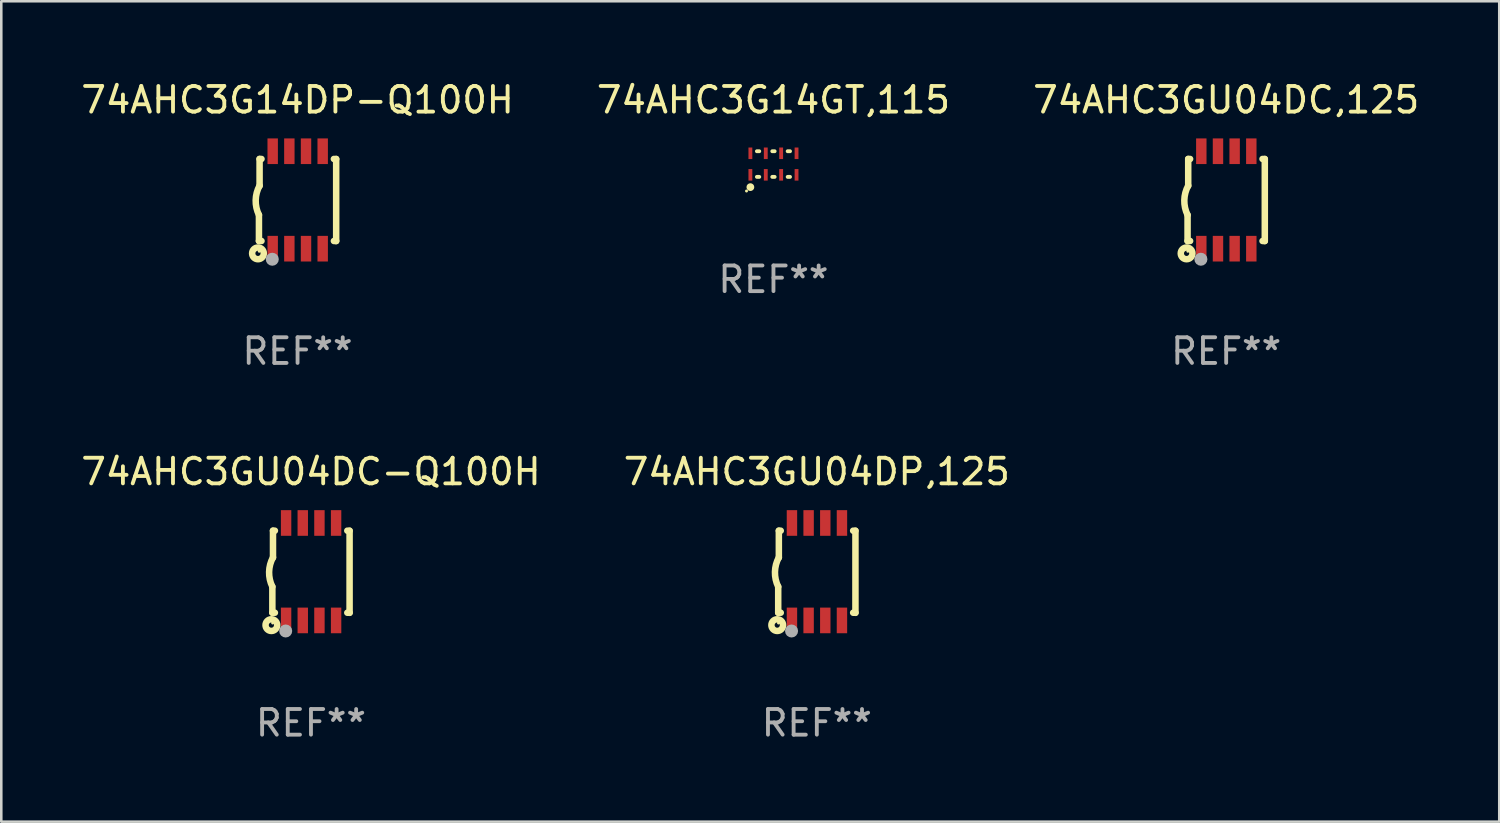
<source format=kicad_pcb>
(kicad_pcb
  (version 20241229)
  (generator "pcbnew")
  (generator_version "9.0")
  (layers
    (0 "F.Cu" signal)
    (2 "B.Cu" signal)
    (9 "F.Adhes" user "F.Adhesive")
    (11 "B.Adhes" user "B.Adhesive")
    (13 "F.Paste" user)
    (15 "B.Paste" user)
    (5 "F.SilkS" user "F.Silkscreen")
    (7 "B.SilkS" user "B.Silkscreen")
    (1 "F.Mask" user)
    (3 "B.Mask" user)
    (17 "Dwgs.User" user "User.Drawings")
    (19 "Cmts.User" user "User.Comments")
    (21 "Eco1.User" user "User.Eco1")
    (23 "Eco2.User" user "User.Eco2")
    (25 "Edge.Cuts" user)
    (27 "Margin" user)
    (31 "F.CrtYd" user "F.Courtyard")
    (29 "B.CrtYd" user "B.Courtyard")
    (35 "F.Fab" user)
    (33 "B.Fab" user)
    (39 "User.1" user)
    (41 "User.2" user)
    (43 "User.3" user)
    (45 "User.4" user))
  (footprint "74AHC3GU04DC,125"
    (layer "F.Cu")
    (at 44.768 4.748)
    (property "Reference" "74AHC3GU04DC,125" (at 0 -3.9 0) (layer "F.SilkS") (effects (font (size 1 1) (thickness 0.15))))
    (attr through_hole)
    (fp_line (start -1.506 1.6) (end -1.506 0.584) (stroke (width 0.254) (type solid)) (layer "F.SilkS"))
    (fp_line (start -1.506 1.6) (end -1.407 1.6) (stroke (width 0.254) (type solid)) (layer "F.SilkS"))
    (fp_line (start -1.481 -1.599) (end -1.481 -0.549) (stroke (width 0.254) (type solid)) (layer "F.SilkS"))
    (fp_line (start -1.481 -1.599) (end -1.407 -1.599) (stroke (width 0.254) (type solid)) (layer "F.SilkS"))
    (fp_line (start 1.417 -1.599) (end 1.506 -1.599) (stroke (width 0.254) (type solid)) (layer "F.SilkS"))
    (fp_line (start 1.417 1.6) (end 1.506 1.6) (stroke (width 0.254) (type solid)) (layer "F.SilkS"))
    (fp_line (start 1.506 1.603) (end 1.506 -1.595) (stroke (width 0.254) (type solid)) (layer "F.SilkS"))
    (fp_arc (start -1.506223 0.584328) (mid -1.632455 0.00974) (end -1.480823 -0.558674) (stroke (width 0.254001) (type solid)) (layer "F.SilkS"))
    (fp_circle (center -1.544 2.083) (end -1.443 2.083) (stroke (width 0.254) (type solid)) (fill no) (layer "F.SilkS"))
    (fp_circle (center -1.495 2) (end -1.465 2) (stroke (width 0.06) (type solid)) (fill no) (layer "F.SilkS"))
    (fp_circle (center -0.986 2.312) (end -0.859 2.312) (stroke (width 0.254) (type solid)) (fill no) (layer "F.Fab"))
    (fp_text user "REF**" (at 0 5.9 0) (layer "F.Fab") (effects (font (size 1 1) (thickness 0.15))))
    (pad "1" smd rect (at -0.97 1.9 90) (size 1 0.406) (layers "F.Cu" "F.Mask" "F.Paste"))
    (pad "2" smd rect (at -0.32 1.9 90) (size 1 0.406) (layers "F.Cu" "F.Mask" "F.Paste"))
    (pad "3" smd rect (at 0.33 1.9 90) (size 1 0.406) (layers "F.Cu" "F.Mask" "F.Paste"))
    (pad "4" smd rect (at 0.98 1.9 90) (size 1 0.406) (layers "F.Cu" "F.Mask" "F.Paste"))
    (pad "5" smd rect (at 0.98 -1.9 90) (size 1 0.406) (layers "F.Cu" "F.Mask" "F.Paste"))
    (pad "6" smd rect (at 0.33 -1.9 90) (size 1 0.406) (layers "F.Cu" "F.Mask" "F.Paste"))
    (pad "7" smd rect (at -0.32 -1.9 90) (size 1 0.406) (layers "F.Cu" "F.Mask" "F.Paste"))
    (pad "8" smd rect (at -0.97 -1.9 90) (size 1 0.406) (layers "F.Cu" "F.Mask" "F.Paste")))
  (footprint "74AHC3GU04DC-Q100H"
    (layer "F.Cu")
    (at 9.077 19.245)
    (property "Reference" "74AHC3GU04DC-Q100H" (at 0 -3.9 0) (layer "F.SilkS") (effects (font (size 1 1) (thickness 0.15))))
    (attr through_hole)
    (fp_line (start -1.506 1.6) (end -1.506 0.584) (stroke (width 0.254) (type solid)) (layer "F.SilkS"))
    (fp_line (start -1.506 1.6) (end -1.407 1.6) (stroke (width 0.254) (type solid)) (layer "F.SilkS"))
    (fp_line (start -1.481 -1.599) (end -1.481 -0.549) (stroke (width 0.254) (type solid)) (layer "F.SilkS"))
    (fp_line (start -1.481 -1.599) (end -1.407 -1.599) (stroke (width 0.254) (type solid)) (layer "F.SilkS"))
    (fp_line (start 1.417 -1.599) (end 1.506 -1.599) (stroke (width 0.254) (type solid)) (layer "F.SilkS"))
    (fp_line (start 1.417 1.6) (end 1.506 1.6) (stroke (width 0.254) (type solid)) (layer "F.SilkS"))
    (fp_line (start 1.506 1.603) (end 1.506 -1.595) (stroke (width 0.254) (type solid)) (layer "F.SilkS"))
    (fp_arc (start -1.506223 0.584328) (mid -1.632455 0.00974) (end -1.480823 -0.558674) (stroke (width 0.254001) (type solid)) (layer "F.SilkS"))
    (fp_circle (center -1.544 2.083) (end -1.443 2.083) (stroke (width 0.254) (type solid)) (fill no) (layer "F.SilkS"))
    (fp_circle (center -1.495 2) (end -1.465 2) (stroke (width 0.06) (type solid)) (fill no) (layer "F.SilkS"))
    (fp_circle (center -0.986 2.312) (end -0.859 2.312) (stroke (width 0.254) (type solid)) (fill no) (layer "F.Fab"))
    (fp_text user "REF**" (at 0 5.9 0) (layer "F.Fab") (effects (font (size 1 1) (thickness 0.15))))
    (pad "1" smd rect (at -0.97 1.9 90) (size 1 0.406) (layers "F.Cu" "F.Mask" "F.Paste"))
    (pad "2" smd rect (at -0.32 1.9 90) (size 1 0.406) (layers "F.Cu" "F.Mask" "F.Paste"))
    (pad "3" smd rect (at 0.33 1.9 90) (size 1 0.406) (layers "F.Cu" "F.Mask" "F.Paste"))
    (pad "4" smd rect (at 0.98 1.9 90) (size 1 0.406) (layers "F.Cu" "F.Mask" "F.Paste"))
    (pad "5" smd rect (at 0.98 -1.9 90) (size 1 0.406) (layers "F.Cu" "F.Mask" "F.Paste"))
    (pad "6" smd rect (at 0.33 -1.9 90) (size 1 0.406) (layers "F.Cu" "F.Mask" "F.Paste"))
    (pad "7" smd rect (at -0.32 -1.9 90) (size 1 0.406) (layers "F.Cu" "F.Mask" "F.Paste"))
    (pad "8" smd rect (at -0.97 -1.9 90) (size 1 0.406) (layers "F.Cu" "F.Mask" "F.Paste")))
  (footprint "74AHC3GU04DP,125"
    (layer "F.Cu")
    (at 28.804 19.245)
    (property "Reference" "74AHC3GU04DP,125" (at 0 -3.9 0) (layer "F.SilkS") (effects (font (size 1 1) (thickness 0.15))))
    (attr through_hole)
    (fp_line (start -1.506 1.6) (end -1.506 0.584) (stroke (width 0.254) (type solid)) (layer "F.SilkS"))
    (fp_line (start -1.506 1.6) (end -1.407 1.6) (stroke (width 0.254) (type solid)) (layer "F.SilkS"))
    (fp_line (start -1.481 -1.599) (end -1.481 -0.549) (stroke (width 0.254) (type solid)) (layer "F.SilkS"))
    (fp_line (start -1.481 -1.599) (end -1.407 -1.599) (stroke (width 0.254) (type solid)) (layer "F.SilkS"))
    (fp_line (start 1.417 -1.599) (end 1.506 -1.599) (stroke (width 0.254) (type solid)) (layer "F.SilkS"))
    (fp_line (start 1.417 1.6) (end 1.506 1.6) (stroke (width 0.254) (type solid)) (layer "F.SilkS"))
    (fp_line (start 1.506 1.603) (end 1.506 -1.595) (stroke (width 0.254) (type solid)) (layer "F.SilkS"))
    (fp_arc (start -1.506223 0.584328) (mid -1.632455 0.00974) (end -1.480823 -0.558674) (stroke (width 0.254001) (type solid)) (layer "F.SilkS"))
    (fp_circle (center -1.544 2.083) (end -1.443 2.083) (stroke (width 0.254) (type solid)) (fill no) (layer "F.SilkS"))
    (fp_circle (center -1.495 2) (end -1.465 2) (stroke (width 0.06) (type solid)) (fill no) (layer "F.SilkS"))
    (fp_circle (center -0.986 2.312) (end -0.859 2.312) (stroke (width 0.254) (type solid)) (fill no) (layer "F.Fab"))
    (fp_text user "REF**" (at 0 5.9 0) (layer "F.Fab") (effects (font (size 1 1) (thickness 0.15))))
    (pad "1" smd rect (at -0.97 1.9 90) (size 1 0.406) (layers "F.Cu" "F.Mask" "F.Paste"))
    (pad "2" smd rect (at -0.32 1.9 90) (size 1 0.406) (layers "F.Cu" "F.Mask" "F.Paste"))
    (pad "3" smd rect (at 0.33 1.9 90) (size 1 0.406) (layers "F.Cu" "F.Mask" "F.Paste"))
    (pad "4" smd rect (at 0.98 1.9 90) (size 1 0.406) (layers "F.Cu" "F.Mask" "F.Paste"))
    (pad "5" smd rect (at 0.98 -1.9 90) (size 1 0.406) (layers "F.Cu" "F.Mask" "F.Paste"))
    (pad "6" smd rect (at 0.33 -1.9 90) (size 1 0.406) (layers "F.Cu" "F.Mask" "F.Paste"))
    (pad "7" smd rect (at -0.32 -1.9 90) (size 1 0.406) (layers "F.Cu" "F.Mask" "F.Paste"))
    (pad "8" smd rect (at -0.97 -1.9 90) (size 1 0.406) (layers "F.Cu" "F.Mask" "F.Paste")))
  (footprint "74AHC3G14DP-Q100H"
    (layer "F.Cu")
    (at 8.554 4.748)
    (property "Reference" "74AHC3G14DP-Q100H" (at 0 -3.9 0) (layer "F.SilkS") (effects (font (size 1 1) (thickness 0.15))))
    (attr through_hole)
    (fp_line (start -1.506 1.6) (end -1.506 0.584) (stroke (width 0.254) (type solid)) (layer "F.SilkS"))
    (fp_line (start -1.506 1.6) (end -1.407 1.6) (stroke (width 0.254) (type solid)) (layer "F.SilkS"))
    (fp_line (start -1.481 -1.599) (end -1.481 -0.549) (stroke (width 0.254) (type solid)) (layer "F.SilkS"))
    (fp_line (start -1.481 -1.599) (end -1.407 -1.599) (stroke (width 0.254) (type solid)) (layer "F.SilkS"))
    (fp_line (start 1.417 -1.599) (end 1.506 -1.599) (stroke (width 0.254) (type solid)) (layer "F.SilkS"))
    (fp_line (start 1.417 1.6) (end 1.506 1.6) (stroke (width 0.254) (type solid)) (layer "F.SilkS"))
    (fp_line (start 1.506 1.603) (end 1.506 -1.595) (stroke (width 0.254) (type solid)) (layer "F.SilkS"))
    (fp_arc (start -1.506223 0.584328) (mid -1.632455 0.00974) (end -1.480823 -0.558674) (stroke (width 0.254001) (type solid)) (layer "F.SilkS"))
    (fp_circle (center -1.544 2.083) (end -1.443 2.083) (stroke (width 0.254) (type solid)) (fill no) (layer "F.SilkS"))
    (fp_circle (center -1.495 2) (end -1.465 2) (stroke (width 0.06) (type solid)) (fill no) (layer "F.SilkS"))
    (fp_circle (center -0.986 2.312) (end -0.859 2.312) (stroke (width 0.254) (type solid)) (fill no) (layer "F.Fab"))
    (fp_text user "REF**" (at 0 5.9 0) (layer "F.Fab") (effects (font (size 1 1) (thickness 0.15))))
    (pad "1" smd rect (at -0.97 1.9 90) (size 1 0.406) (layers "F.Cu" "F.Mask" "F.Paste"))
    (pad "2" smd rect (at -0.32 1.9 90) (size 1 0.406) (layers "F.Cu" "F.Mask" "F.Paste"))
    (pad "3" smd rect (at 0.33 1.9 90) (size 1 0.406) (layers "F.Cu" "F.Mask" "F.Paste"))
    (pad "4" smd rect (at 0.98 1.9 90) (size 1 0.406) (layers "F.Cu" "F.Mask" "F.Paste"))
    (pad "5" smd rect (at 0.98 -1.9 90) (size 1 0.406) (layers "F.Cu" "F.Mask" "F.Paste"))
    (pad "6" smd rect (at 0.33 -1.9 90) (size 1 0.406) (layers "F.Cu" "F.Mask" "F.Paste"))
    (pad "7" smd rect (at -0.32 -1.9 90) (size 1 0.406) (layers "F.Cu" "F.Mask" "F.Paste"))
    (pad "8" smd rect (at -0.97 -1.9 90) (size 1 0.406) (layers "F.Cu" "F.Mask" "F.Paste")))
  (footprint "74AHC3G14GT,115"
    (layer "F.Cu")
    (at 27.113 3.348)
    (property "Reference" "74AHC3G14GT,115" (at 0 -2.5 0) (layer "F.SilkS") (effects (font (size 1 1) (thickness 0.15))))
    (attr through_hole)
    (fp_line (start -0.646 -0.5) (end -0.554 -0.5) (stroke (width 0.15) (type solid)) (layer "F.SilkS"))
    (fp_line (start -0.646 0.5) (end -0.554 0.5) (stroke (width 0.15) (type solid)) (layer "F.SilkS"))
    (fp_line (start -0.046 -0.5) (end 0.046 -0.5) (stroke (width 0.15) (type solid)) (layer "F.SilkS"))
    (fp_line (start -0.046 0.5) (end 0.046 0.5) (stroke (width 0.15) (type solid)) (layer "F.SilkS"))
    (fp_line (start 0.554 -0.5) (end 0.646 -0.5) (stroke (width 0.15) (type solid)) (layer "F.SilkS"))
    (fp_line (start 0.554 0.5) (end 0.646 0.5) (stroke (width 0.15) (type solid)) (layer "F.SilkS"))
    (fp_circle (center -1.051 1.051) (end -1.021 1.051) (stroke (width 0.06) (type solid)) (fill no) (layer "F.SilkS"))
    (fp_circle (center -0.9 0.9) (end -0.823 0.9) (stroke (width 0.15) (type solid)) (fill no) (layer "F.SilkS"))
    (fp_text user "REF**" (at 0 4.5 0) (layer "F.Fab") (effects (font (size 1 1) (thickness 0.15))))
    (pad "1" smd rect (at -0.9 0.42) (size 0.15 0.45) (layers "F.Cu" "F.Mask" "F.Paste"))
    (pad "2" smd rect (at -0.3 0.42) (size 0.15 0.45) (layers "F.Cu" "F.Mask" "F.Paste"))
    (pad "3" smd rect (at 0.3 0.42) (size 0.15 0.45) (layers "F.Cu" "F.Mask" "F.Paste"))
    (pad "4" smd rect (at 0.9 0.42) (size 0.15 0.45) (layers "F.Cu" "F.Mask" "F.Paste"))
    (pad "5" smd rect (at 0.9 -0.42) (size 0.15 0.45) (layers "F.Cu" "F.Mask" "F.Paste"))
    (pad "6" smd rect (at 0.3 -0.42) (size 0.15 0.45) (layers "F.Cu" "F.Mask" "F.Paste"))
    (pad "7" smd rect (at -0.3 -0.42) (size 0.15 0.45) (layers "F.Cu" "F.Mask" "F.Paste"))
    (pad "8" smd rect (at -0.9 -0.42) (size 0.15 0.45) (layers "F.Cu" "F.Mask" "F.Paste")))
  (gr_rect
    (start -3 -3)
    (end 55.417 28.993)
    (stroke (width 0.1) (type default))
    (fill no)
    (layer "Edge.Cuts")))
</source>
